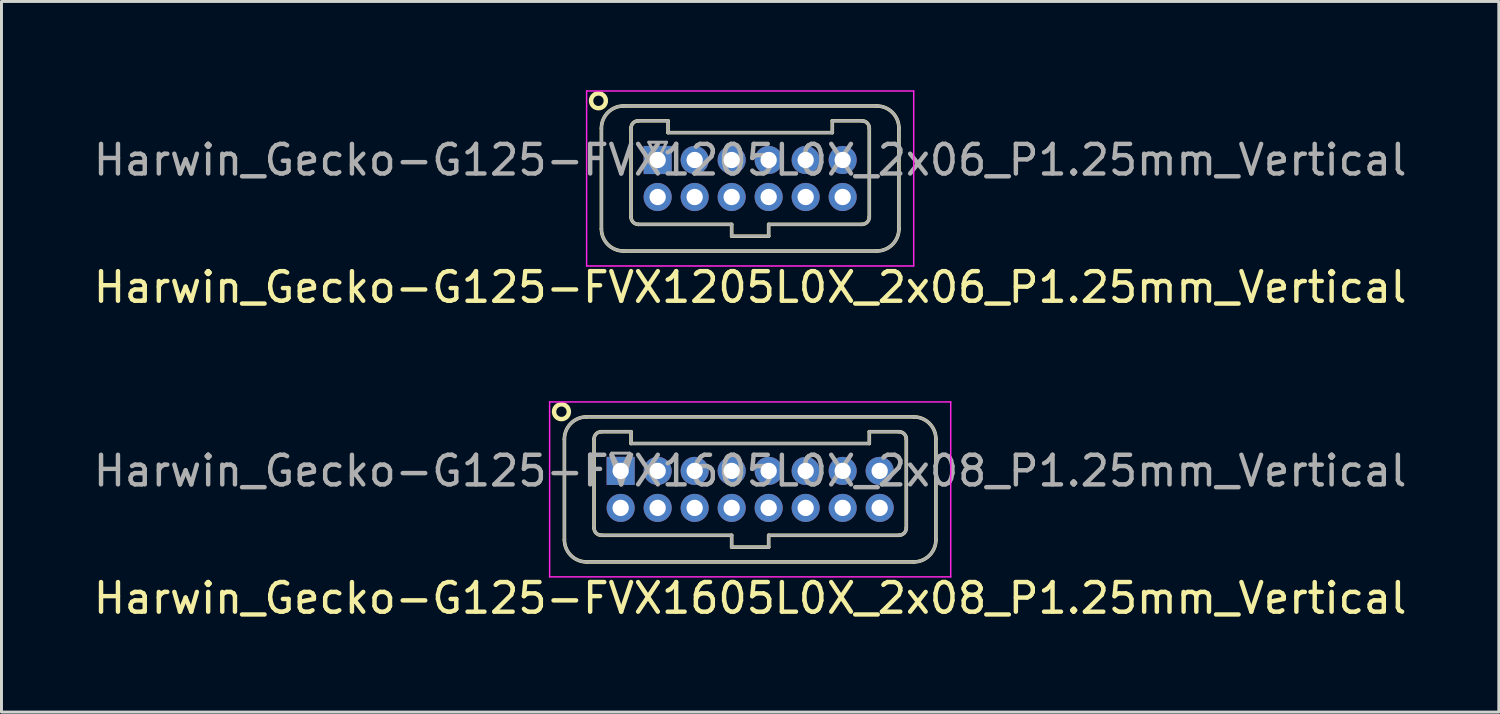
<source format=kicad_pcb>
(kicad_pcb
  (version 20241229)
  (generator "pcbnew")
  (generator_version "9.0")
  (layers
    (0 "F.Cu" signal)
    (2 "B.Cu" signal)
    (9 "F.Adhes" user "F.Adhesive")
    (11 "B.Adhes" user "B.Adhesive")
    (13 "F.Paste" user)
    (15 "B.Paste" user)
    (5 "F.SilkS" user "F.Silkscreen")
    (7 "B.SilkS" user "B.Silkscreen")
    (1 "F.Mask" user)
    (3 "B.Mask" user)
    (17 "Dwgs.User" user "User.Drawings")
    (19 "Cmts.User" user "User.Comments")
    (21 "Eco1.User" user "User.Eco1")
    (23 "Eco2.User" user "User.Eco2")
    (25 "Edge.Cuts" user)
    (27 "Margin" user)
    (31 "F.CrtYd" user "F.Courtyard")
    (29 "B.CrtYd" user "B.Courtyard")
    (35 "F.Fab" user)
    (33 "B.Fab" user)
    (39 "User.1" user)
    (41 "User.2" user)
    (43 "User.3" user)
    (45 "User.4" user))
  (footprint "Harwin_Gecko-G125-FVX1205L0X_2x06_P1.25mm_Vertical"
    (layer "F.Cu")
    (at 19.167 2.355)
    (property "Reference" "Harwin_Gecko-G125-FVX1205L0X_2x06_P1.25mm_Vertical" (at 3.125 4.3 0) (layer "F.SilkS") (effects (font (size 1 1) (thickness 0.15))))
    (attr through_hole)
    (fp_line (start -1.9 -1.075) (end -1.9 2.325) (stroke (width 0.12) (type solid)) (layer "F.SilkS"))
    (fp_line (start -1.15 -1.825) (end 7.4 -1.825) (stroke (width 0.12) (type solid)) (layer "F.SilkS"))
    (fp_line (start -1.15 3.075) (end 7.4 3.075) (stroke (width 0.12) (type solid)) (layer "F.SilkS"))
    (fp_line (start -0.9 -1.075) (end -0.9 1.925) (stroke (width 0.12) (type solid)) (layer "F.SilkS"))
    (fp_line (start -0.65 -1.325) (end 0.35 -1.325) (stroke (width 0.12) (type solid)) (layer "F.SilkS"))
    (fp_line (start -0.65 2.175) (end 2.5 2.175) (stroke (width 0.12) (type solid)) (layer "F.SilkS"))
    (fp_line (start 0.35 -1.325) (end 0.35 -0.925) (stroke (width 0.12) (type solid)) (layer "F.SilkS"))
    (fp_line (start 0.35 -0.925) (end 5.9 -0.925) (stroke (width 0.12) (type solid)) (layer "F.SilkS"))
    (fp_line (start 2.5 2.175) (end 2.5 2.575) (stroke (width 0.12) (type solid)) (layer "F.SilkS"))
    (fp_line (start 2.5 2.575) (end 3.75 2.575) (stroke (width 0.12) (type solid)) (layer "F.SilkS"))
    (fp_line (start 3.75 2.175) (end 6.9 2.175) (stroke (width 0.12) (type solid)) (layer "F.SilkS"))
    (fp_line (start 3.75 2.575) (end 3.75 2.175) (stroke (width 0.12) (type solid)) (layer "F.SilkS"))
    (fp_line (start 5.9 -1.325) (end 6.9 -1.325) (stroke (width 0.12) (type solid)) (layer "F.SilkS"))
    (fp_line (start 5.9 -0.925) (end 5.9 -1.325) (stroke (width 0.12) (type solid)) (layer "F.SilkS"))
    (fp_line (start 7.15 -1.075) (end 7.15 1.925) (stroke (width 0.12) (type solid)) (layer "F.SilkS"))
    (fp_line (start 8.15 -1.075) (end 8.15 2.325) (stroke (width 0.12) (type solid)) (layer "F.SilkS"))
    (fp_arc (start -1.9 -1.075) (mid -1.68033 -1.60533) (end -1.15 -1.825) (stroke (width 0.12) (type solid)) (layer "F.SilkS"))
    (fp_arc (start -1.15 3.075) (mid -1.68033 2.85533) (end -1.9 2.325) (stroke (width 0.12) (type solid)) (layer "F.SilkS"))
    (fp_arc (start -0.9 -1.075) (mid -0.826777 -1.251777) (end -0.65 -1.325) (stroke (width 0.12) (type solid)) (layer "F.SilkS"))
    (fp_arc (start -0.65 2.175) (mid -0.826777 2.101777) (end -0.9 1.925) (stroke (width 0.12) (type solid)) (layer "F.SilkS"))
    (fp_arc (start 6.9 -1.325) (mid 7.076777 -1.251777) (end 7.15 -1.075) (stroke (width 0.12) (type solid)) (layer "F.SilkS"))
    (fp_arc (start 7.15 1.925) (mid 7.076777 2.101777) (end 6.9 2.175) (stroke (width 0.12) (type solid)) (layer "F.SilkS"))
    (fp_arc (start 7.4 -1.825) (mid 7.93033 -1.60533) (end 8.15 -1.075) (stroke (width 0.12) (type solid)) (layer "F.SilkS"))
    (fp_arc (start 8.15 2.325) (mid 7.93033 2.85533) (end 7.4 3.075) (stroke (width 0.12) (type solid)) (layer "F.SilkS"))
    (fp_circle (center -2 -2) (end -1.75 -2) (stroke (width 0.15) (type solid)) (fill no) (layer "F.SilkS"))
    (fp_line (start -2.4 -2.33) (end -2.4 3.58) (stroke (width 0.05) (type solid)) (layer "F.CrtYd"))
    (fp_line (start -2.4 3.58) (end 8.65 3.58) (stroke (width 0.05) (type solid)) (layer "F.CrtYd"))
    (fp_line (start 8.65 -2.33) (end -2.4 -2.33) (stroke (width 0.05) (type solid)) (layer "F.CrtYd"))
    (fp_line (start 8.65 3.58) (end 8.65 -2.33) (stroke (width 0.05) (type solid)) (layer "F.CrtYd"))
    (fp_line (start -1.9 -1.075) (end -1.9 2.325) (stroke (width 0.1) (type solid)) (layer "F.Fab"))
    (fp_line (start -1.15 -1.825) (end 7.4 -1.825) (stroke (width 0.1) (type solid)) (layer "F.Fab"))
    (fp_line (start -1.15 3.075) (end 7.4 3.075) (stroke (width 0.1) (type solid)) (layer "F.Fab"))
    (fp_line (start -0.9 -1.075) (end -0.9 1.925) (stroke (width 0.1) (type solid)) (layer "F.Fab"))
    (fp_line (start -0.65 -1.325) (end 0.35 -1.325) (stroke (width 0.1) (type solid)) (layer "F.Fab"))
    (fp_line (start -0.65 2.175) (end 2.5 2.175) (stroke (width 0.1) (type solid)) (layer "F.Fab"))
    (fp_line (start -0.3 -0.6) (end 0.3 -0.6) (stroke (width 0.1) (type solid)) (layer "F.Fab"))
    (fp_line (start 0 0) (end -0.3 -0.6) (stroke (width 0.1) (type solid)) (layer "F.Fab"))
    (fp_line (start 0.3 -0.6) (end 0 0) (stroke (width 0.1) (type solid)) (layer "F.Fab"))
    (fp_line (start 0.35 -1.325) (end 0.35 -0.925) (stroke (width 0.1) (type solid)) (layer "F.Fab"))
    (fp_line (start 0.35 -0.925) (end 5.9 -0.925) (stroke (width 0.1) (type solid)) (layer "F.Fab"))
    (fp_line (start 2.5 2.175) (end 2.5 2.575) (stroke (width 0.1) (type solid)) (layer "F.Fab"))
    (fp_line (start 2.5 2.575) (end 3.75 2.575) (stroke (width 0.1) (type solid)) (layer "F.Fab"))
    (fp_line (start 3.75 2.175) (end 6.9 2.175) (stroke (width 0.1) (type solid)) (layer "F.Fab"))
    (fp_line (start 3.75 2.575) (end 3.75 2.175) (stroke (width 0.1) (type solid)) (layer "F.Fab"))
    (fp_line (start 5.9 -1.325) (end 6.9 -1.325) (stroke (width 0.1) (type solid)) (layer "F.Fab"))
    (fp_line (start 5.9 -0.925) (end 5.9 -1.325) (stroke (width 0.1) (type solid)) (layer "F.Fab"))
    (fp_line (start 7.15 -1.075) (end 7.15 1.925) (stroke (width 0.1) (type solid)) (layer "F.Fab"))
    (fp_line (start 8.15 -1.075) (end 8.15 2.325) (stroke (width 0.1) (type solid)) (layer "F.Fab"))
    (fp_arc (start -1.9 -1.075) (mid -1.68033 -1.60533) (end -1.15 -1.825) (stroke (width 0.1) (type solid)) (layer "F.Fab"))
    (fp_arc (start -1.15 3.075) (mid -1.68033 2.85533) (end -1.9 2.325) (stroke (width 0.1) (type solid)) (layer "F.Fab"))
    (fp_arc (start -0.9 -1.075) (mid -0.826777 -1.251777) (end -0.65 -1.325) (stroke (width 0.1) (type solid)) (layer "F.Fab"))
    (fp_arc (start -0.65 2.175) (mid -0.826777 2.101777) (end -0.9 1.925) (stroke (width 0.1) (type solid)) (layer "F.Fab"))
    (fp_arc (start 6.9 -1.325) (mid 7.076777 -1.251777) (end 7.15 -1.075) (stroke (width 0.1) (type solid)) (layer "F.Fab"))
    (fp_arc (start 7.15 1.925) (mid 7.076777 2.101777) (end 6.9 2.175) (stroke (width 0.1) (type solid)) (layer "F.Fab"))
    (fp_arc (start 7.4 -1.825) (mid 7.93033 -1.60533) (end 8.15 -1.075) (stroke (width 0.1) (type solid)) (layer "F.Fab"))
    (fp_arc (start 8.15 2.325) (mid 7.93033 2.85533) (end 7.4 3.075) (stroke (width 0.1) (type solid)) (layer "F.Fab"))
    (fp_text user "${REFERENCE}" (at 3.125 0 0) (layer "F.Fab") (effects (font (size 1 1) (thickness 0.15))))
    (pad "1" thru_hole rect (at 0 0) (size 0.95 0.95) (drill 0.55) (layers "*.Cu" "*.Mask"))
    (pad "2" thru_hole circle (at 0 1.25) (size 0.95 0.95) (drill 0.55) (layers "*.Cu" "*.Mask"))
    (pad "3" thru_hole circle (at 1.25 0) (size 0.95 0.95) (drill 0.55) (layers "*.Cu" "*.Mask"))
    (pad "4" thru_hole circle (at 1.25 1.25) (size 0.95 0.95) (drill 0.55) (layers "*.Cu" "*.Mask"))
    (pad "5" thru_hole circle (at 2.5 0) (size 0.95 0.95) (drill 0.55) (layers "*.Cu" "*.Mask"))
    (pad "6" thru_hole circle (at 2.5 1.25) (size 0.95 0.95) (drill 0.55) (layers "*.Cu" "*.Mask"))
    (pad "7" thru_hole circle (at 3.75 0) (size 0.95 0.95) (drill 0.55) (layers "*.Cu" "*.Mask"))
    (pad "8" thru_hole circle (at 3.75 1.25) (size 0.95 0.95) (drill 0.55) (layers "*.Cu" "*.Mask"))
    (pad "9" thru_hole circle (at 5 0) (size 0.95 0.95) (drill 0.55) (layers "*.Cu" "*.Mask"))
    (pad "10" thru_hole circle (at 5 1.25) (size 0.95 0.95) (drill 0.55) (layers "*.Cu" "*.Mask"))
    (pad "11" thru_hole circle (at 6.25 0) (size 0.95 0.95) (drill 0.55) (layers "*.Cu" "*.Mask"))
    (pad "12" thru_hole circle (at 6.25 1.25) (size 0.95 0.95) (drill 0.55) (layers "*.Cu" "*.Mask")))
  (footprint "Harwin_Gecko-G125-FVX1605L0X_2x08_P1.25mm_Vertical"
    (layer "F.Cu")
    (at 17.917 12.858)
    (property "Reference" "Harwin_Gecko-G125-FVX1605L0X_2x08_P1.25mm_Vertical" (at 4.375 4.3 0) (layer "F.SilkS") (effects (font (size 1 1) (thickness 0.15))))
    (attr through_hole)
    (fp_line (start -1.9 -1.075) (end -1.9 2.325) (stroke (width 0.12) (type solid)) (layer "F.SilkS"))
    (fp_line (start -1.15 -1.825) (end 9.9 -1.825) (stroke (width 0.12) (type solid)) (layer "F.SilkS"))
    (fp_line (start -1.15 3.075) (end 9.9 3.075) (stroke (width 0.12) (type solid)) (layer "F.SilkS"))
    (fp_line (start -0.9 -1.075) (end -0.9 1.925) (stroke (width 0.12) (type solid)) (layer "F.SilkS"))
    (fp_line (start -0.65 -1.325) (end 0.35 -1.325) (stroke (width 0.12) (type solid)) (layer "F.SilkS"))
    (fp_line (start -0.65 2.175) (end 3.75 2.175) (stroke (width 0.12) (type solid)) (layer "F.SilkS"))
    (fp_line (start 0.35 -1.325) (end 0.35 -0.925) (stroke (width 0.12) (type solid)) (layer "F.SilkS"))
    (fp_line (start 0.35 -0.925) (end 8.4 -0.925) (stroke (width 0.12) (type solid)) (layer "F.SilkS"))
    (fp_line (start 3.75 2.175) (end 3.75 2.575) (stroke (width 0.12) (type solid)) (layer "F.SilkS"))
    (fp_line (start 3.75 2.575) (end 5 2.575) (stroke (width 0.12) (type solid)) (layer "F.SilkS"))
    (fp_line (start 5 2.175) (end 9.4 2.175) (stroke (width 0.12) (type solid)) (layer "F.SilkS"))
    (fp_line (start 5 2.575) (end 5 2.175) (stroke (width 0.12) (type solid)) (layer "F.SilkS"))
    (fp_line (start 8.4 -1.325) (end 9.4 -1.325) (stroke (width 0.12) (type solid)) (layer "F.SilkS"))
    (fp_line (start 8.4 -0.925) (end 8.4 -1.325) (stroke (width 0.12) (type solid)) (layer "F.SilkS"))
    (fp_line (start 9.65 -1.075) (end 9.65 1.925) (stroke (width 0.12) (type solid)) (layer "F.SilkS"))
    (fp_line (start 10.65 -1.075) (end 10.65 2.325) (stroke (width 0.12) (type solid)) (layer "F.SilkS"))
    (fp_arc (start -1.9 -1.075) (mid -1.68033 -1.60533) (end -1.15 -1.825) (stroke (width 0.12) (type solid)) (layer "F.SilkS"))
    (fp_arc (start -1.15 3.075) (mid -1.68033 2.85533) (end -1.9 2.325) (stroke (width 0.12) (type solid)) (layer "F.SilkS"))
    (fp_arc (start -0.9 -1.075) (mid -0.826777 -1.251777) (end -0.65 -1.325) (stroke (width 0.12) (type solid)) (layer "F.SilkS"))
    (fp_arc (start -0.65 2.175) (mid -0.826777 2.101777) (end -0.9 1.925) (stroke (width 0.12) (type solid)) (layer "F.SilkS"))
    (fp_arc (start 9.4 -1.325) (mid 9.576777 -1.251777) (end 9.65 -1.075) (stroke (width 0.12) (type solid)) (layer "F.SilkS"))
    (fp_arc (start 9.65 1.925) (mid 9.576777 2.101777) (end 9.4 2.175) (stroke (width 0.12) (type solid)) (layer "F.SilkS"))
    (fp_arc (start 9.9 -1.825) (mid 10.43033 -1.60533) (end 10.65 -1.075) (stroke (width 0.12) (type solid)) (layer "F.SilkS"))
    (fp_arc (start 10.65 2.325) (mid 10.43033 2.85533) (end 9.9 3.075) (stroke (width 0.12) (type solid)) (layer "F.SilkS"))
    (fp_circle (center -2 -2) (end -1.75 -2) (stroke (width 0.15) (type solid)) (fill no) (layer "F.SilkS"))
    (fp_line (start -2.4 -2.33) (end -2.4 3.58) (stroke (width 0.05) (type solid)) (layer "F.CrtYd"))
    (fp_line (start -2.4 3.58) (end 11.15 3.58) (stroke (width 0.05) (type solid)) (layer "F.CrtYd"))
    (fp_line (start 11.15 -2.33) (end -2.4 -2.33) (stroke (width 0.05) (type solid)) (layer "F.CrtYd"))
    (fp_line (start 11.15 3.58) (end 11.15 -2.33) (stroke (width 0.05) (type solid)) (layer "F.CrtYd"))
    (fp_line (start -1.9 -1.075) (end -1.9 2.325) (stroke (width 0.1) (type solid)) (layer "F.Fab"))
    (fp_line (start -1.15 -1.825) (end 9.9 -1.825) (stroke (width 0.1) (type solid)) (layer "F.Fab"))
    (fp_line (start -1.15 3.075) (end 9.9 3.075) (stroke (width 0.1) (type solid)) (layer "F.Fab"))
    (fp_line (start -0.9 -1.075) (end -0.9 1.925) (stroke (width 0.1) (type solid)) (layer "F.Fab"))
    (fp_line (start -0.65 -1.325) (end 0.35 -1.325) (stroke (width 0.1) (type solid)) (layer "F.Fab"))
    (fp_line (start -0.65 2.175) (end 3.75 2.175) (stroke (width 0.1) (type solid)) (layer "F.Fab"))
    (fp_line (start -0.3 -0.6) (end 0.3 -0.6) (stroke (width 0.1) (type solid)) (layer "F.Fab"))
    (fp_line (start 0 0) (end -0.3 -0.6) (stroke (width 0.1) (type solid)) (layer "F.Fab"))
    (fp_line (start 0.3 -0.6) (end 0 0) (stroke (width 0.1) (type solid)) (layer "F.Fab"))
    (fp_line (start 0.35 -1.325) (end 0.35 -0.925) (stroke (width 0.1) (type solid)) (layer "F.Fab"))
    (fp_line (start 0.35 -0.925) (end 8.4 -0.925) (stroke (width 0.1) (type solid)) (layer "F.Fab"))
    (fp_line (start 3.75 2.175) (end 3.75 2.575) (stroke (width 0.1) (type solid)) (layer "F.Fab"))
    (fp_line (start 3.75 2.575) (end 5 2.575) (stroke (width 0.1) (type solid)) (layer "F.Fab"))
    (fp_line (start 5 2.175) (end 9.4 2.175) (stroke (width 0.1) (type solid)) (layer "F.Fab"))
    (fp_line (start 5 2.575) (end 5 2.175) (stroke (width 0.1) (type solid)) (layer "F.Fab"))
    (fp_line (start 8.4 -1.325) (end 9.4 -1.325) (stroke (width 0.1) (type solid)) (layer "F.Fab"))
    (fp_line (start 8.4 -0.925) (end 8.4 -1.325) (stroke (width 0.1) (type solid)) (layer "F.Fab"))
    (fp_line (start 9.65 -1.075) (end 9.65 1.925) (stroke (width 0.1) (type solid)) (layer "F.Fab"))
    (fp_line (start 10.65 -1.075) (end 10.65 2.325) (stroke (width 0.1) (type solid)) (layer "F.Fab"))
    (fp_arc (start -1.9 -1.075) (mid -1.68033 -1.60533) (end -1.15 -1.825) (stroke (width 0.1) (type solid)) (layer "F.Fab"))
    (fp_arc (start -1.15 3.075) (mid -1.68033 2.85533) (end -1.9 2.325) (stroke (width 0.1) (type solid)) (layer "F.Fab"))
    (fp_arc (start -0.9 -1.075) (mid -0.826777 -1.251777) (end -0.65 -1.325) (stroke (width 0.1) (type solid)) (layer "F.Fab"))
    (fp_arc (start -0.65 2.175) (mid -0.826777 2.101777) (end -0.9 1.925) (stroke (width 0.1) (type solid)) (layer "F.Fab"))
    (fp_arc (start 9.4 -1.325) (mid 9.576777 -1.251777) (end 9.65 -1.075) (stroke (width 0.1) (type solid)) (layer "F.Fab"))
    (fp_arc (start 9.65 1.925) (mid 9.576777 2.101777) (end 9.4 2.175) (stroke (width 0.1) (type solid)) (layer "F.Fab"))
    (fp_arc (start 9.9 -1.825) (mid 10.43033 -1.60533) (end 10.65 -1.075) (stroke (width 0.1) (type solid)) (layer "F.Fab"))
    (fp_arc (start 10.65 2.325) (mid 10.43033 2.85533) (end 9.9 3.075) (stroke (width 0.1) (type solid)) (layer "F.Fab"))
    (fp_text user "${REFERENCE}" (at 4.375 0 0) (layer "F.Fab") (effects (font (size 1 1) (thickness 0.15))))
    (pad "1" thru_hole rect (at 0 0) (size 0.95 0.95) (drill 0.55) (layers "*.Cu" "*.Mask"))
    (pad "2" thru_hole circle (at 0 1.25) (size 0.95 0.95) (drill 0.55) (layers "*.Cu" "*.Mask"))
    (pad "3" thru_hole circle (at 1.25 0) (size 0.95 0.95) (drill 0.55) (layers "*.Cu" "*.Mask"))
    (pad "4" thru_hole circle (at 1.25 1.25) (size 0.95 0.95) (drill 0.55) (layers "*.Cu" "*.Mask"))
    (pad "5" thru_hole circle (at 2.5 0) (size 0.95 0.95) (drill 0.55) (layers "*.Cu" "*.Mask"))
    (pad "6" thru_hole circle (at 2.5 1.25) (size 0.95 0.95) (drill 0.55) (layers "*.Cu" "*.Mask"))
    (pad "7" thru_hole circle (at 3.75 0) (size 0.95 0.95) (drill 0.55) (layers "*.Cu" "*.Mask"))
    (pad "8" thru_hole circle (at 3.75 1.25) (size 0.95 0.95) (drill 0.55) (layers "*.Cu" "*.Mask"))
    (pad "9" thru_hole circle (at 5 0) (size 0.95 0.95) (drill 0.55) (layers "*.Cu" "*.Mask"))
    (pad "10" thru_hole circle (at 5 1.25) (size 0.95 0.95) (drill 0.55) (layers "*.Cu" "*.Mask"))
    (pad "11" thru_hole circle (at 6.25 0) (size 0.95 0.95) (drill 0.55) (layers "*.Cu" "*.Mask"))
    (pad "12" thru_hole circle (at 6.25 1.25) (size 0.95 0.95) (drill 0.55) (layers "*.Cu" "*.Mask"))
    (pad "13" thru_hole circle (at 7.5 0) (size 0.95 0.95) (drill 0.55) (layers "*.Cu" "*.Mask"))
    (pad "14" thru_hole circle (at 7.5 1.25) (size 0.95 0.95) (drill 0.55) (layers "*.Cu" "*.Mask"))
    (pad "15" thru_hole circle (at 8.75 0) (size 0.95 0.95) (drill 0.55) (layers "*.Cu" "*.Mask"))
    (pad "16" thru_hole circle (at 8.75 1.25) (size 0.95 0.95) (drill 0.55) (layers "*.Cu" "*.Mask")))
  (gr_rect
    (start -3 -3)
    (end 47.583 21.006)
    (stroke (width 0.1) (type default))
    (fill no)
    (layer "Edge.Cuts")))
</source>
